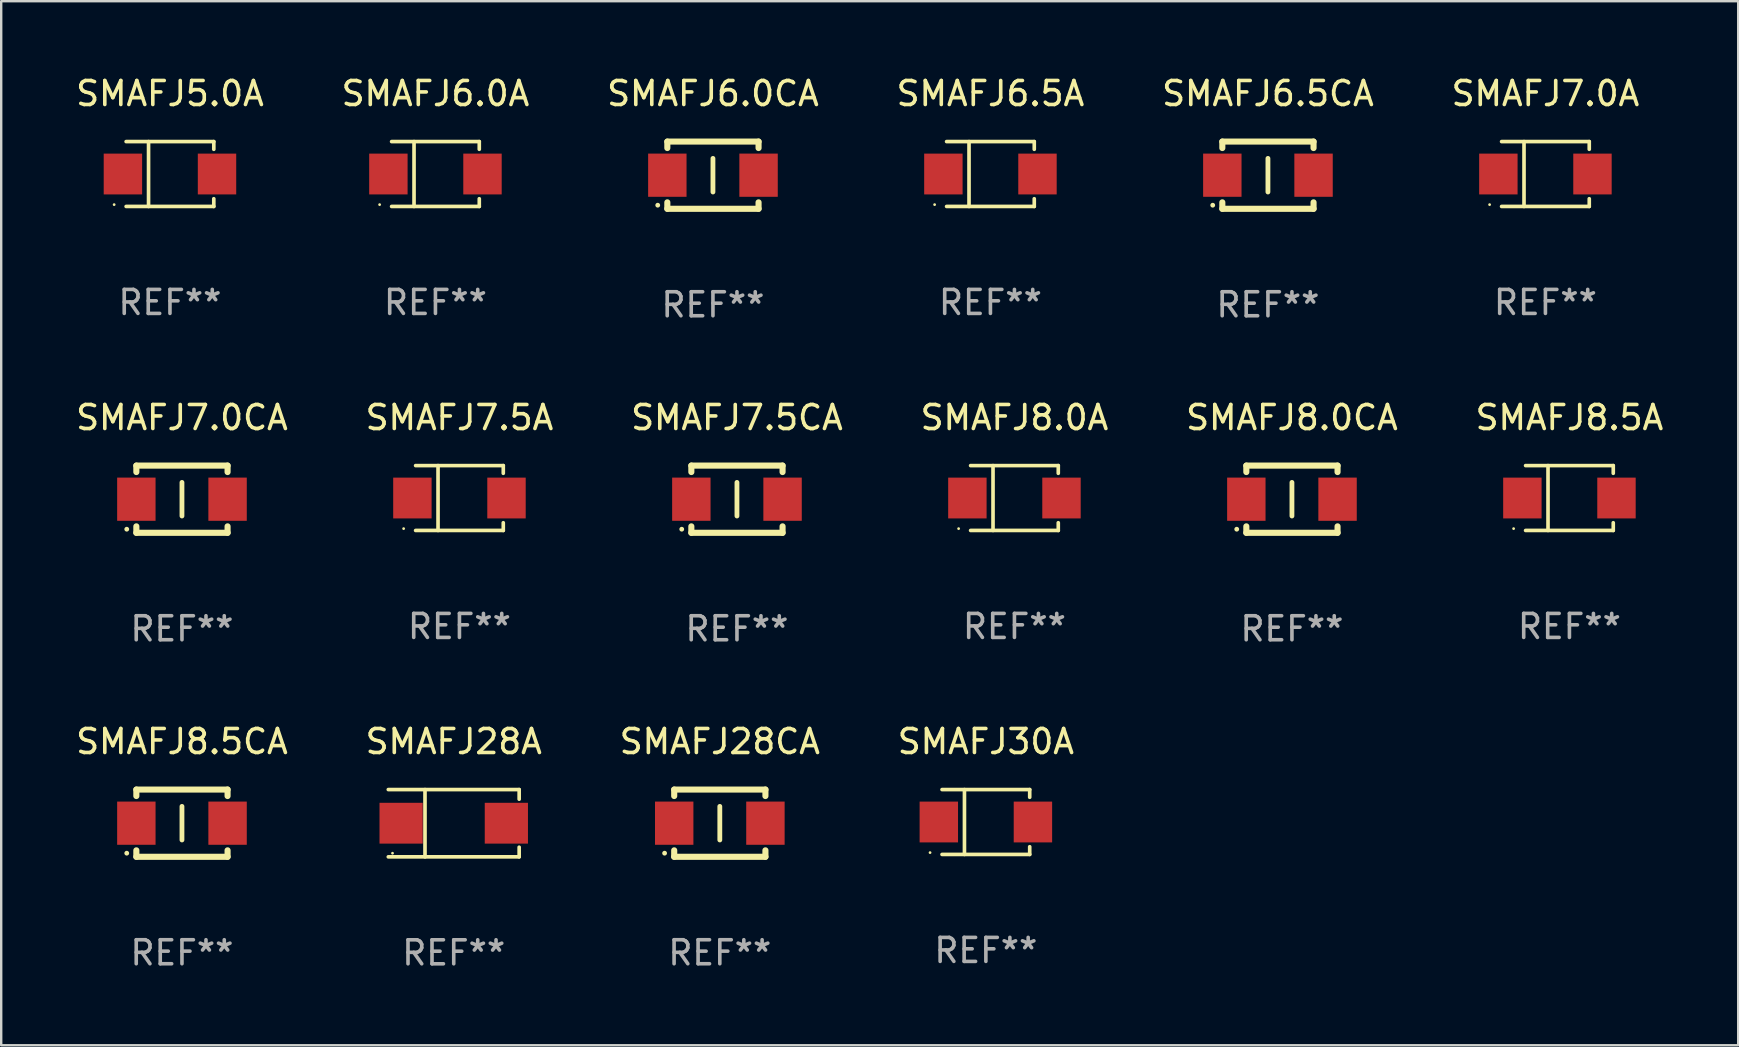
<source format=kicad_pcb>
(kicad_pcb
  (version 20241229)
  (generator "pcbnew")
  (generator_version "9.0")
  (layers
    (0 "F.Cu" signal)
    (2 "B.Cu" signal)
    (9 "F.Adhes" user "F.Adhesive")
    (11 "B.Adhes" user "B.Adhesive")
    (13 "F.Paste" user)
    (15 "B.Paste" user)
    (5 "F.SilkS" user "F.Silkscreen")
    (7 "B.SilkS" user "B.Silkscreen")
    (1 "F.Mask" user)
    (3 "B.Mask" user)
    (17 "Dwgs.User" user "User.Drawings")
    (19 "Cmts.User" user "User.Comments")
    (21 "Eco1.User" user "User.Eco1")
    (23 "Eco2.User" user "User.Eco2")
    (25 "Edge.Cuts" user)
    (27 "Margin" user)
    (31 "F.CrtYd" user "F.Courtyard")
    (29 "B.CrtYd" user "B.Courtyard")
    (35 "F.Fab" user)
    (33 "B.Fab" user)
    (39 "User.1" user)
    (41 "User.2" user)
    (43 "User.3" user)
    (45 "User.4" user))
  (footprint "SMAFJ6.5CA"
    (layer "F.Cu")
    (at 49.768 4.248)
    (property "Reference" "SMAFJ6.5CA" (at 0 -3.4 0) (layer "F.SilkS") (effects (font (size 1 1) (thickness 0.15))))
    (attr through_hole)
    (fp_line (start -1.9 -1.4) (end -1.9 -1.131) (stroke (width 0.254) (type solid)) (layer "F.SilkS"))
    (fp_line (start -1.9 -1.4) (end 1.9 -1.4) (stroke (width 0.254) (type solid)) (layer "F.SilkS"))
    (fp_line (start -1.9 1.131) (end -1.9 1.4) (stroke (width 0.254) (type solid)) (layer "F.SilkS"))
    (fp_line (start -1.9 1.4) (end 1.9 1.4) (stroke (width 0.254) (type solid)) (layer "F.SilkS"))
    (fp_line (start 0 -0.7) (end 0 0.7) (stroke (width 0.2) (type solid)) (layer "F.SilkS"))
    (fp_line (start 1.9 -1.4) (end 1.9 -1.131) (stroke (width 0.254) (type solid)) (layer "F.SilkS"))
    (fp_line (start 1.9 1.131) (end 1.9 1.4) (stroke (width 0.254) (type solid)) (layer "F.SilkS"))
    (fp_circle (center -2.3 1.25) (end -2.25 1.25) (stroke (width 0.1) (type solid)) (fill no) (layer "F.SilkS"))
    (fp_text user "REF**" (at 0 5.4 0) (layer "F.Fab") (effects (font (size 1 1) (thickness 0.15))))
    (pad "1" smd rect (at -1.9 0 180) (size 1.6 1.8) (layers "F.Cu" "F.Mask" "F.Paste"))
    (pad "2" smd rect (at 1.9 0 180) (size 1.6 1.8) (layers "F.Cu" "F.Mask" "F.Paste")))
  (footprint "SMAFJ7.0A"
    (layer "F.Cu")
    (at 61.327 4.199)
    (property "Reference" "SMAFJ7.0A" (at 0 -3.351 0) (layer "F.SilkS") (effects (font (size 1 1) (thickness 0.15))))
    (attr through_hole)
    (fp_line (start -1.826 -1.351) (end 1.826 -1.351) (stroke (width 0.152) (type solid)) (layer "F.SilkS"))
    (fp_line (start -1.826 1.351) (end 1.826 1.351) (stroke (width 0.152) (type solid)) (layer "F.SilkS"))
    (fp_line (start -0.892 -1.351) (end -0.892 1.351) (stroke (width 0.152) (type solid)) (layer "F.SilkS"))
    (fp_line (start 1.826 -1.351) (end 1.826 -1.03) (stroke (width 0.152) (type solid)) (layer "F.SilkS"))
    (fp_line (start 1.826 1.03) (end 1.826 1.351) (stroke (width 0.152) (type solid)) (layer "F.SilkS"))
    (fp_circle (center -2.325 1.275) (end -2.295 1.275) (stroke (width 0.06) (type solid)) (fill no) (layer "F.SilkS"))
    (fp_text user "REF**" (at 0 5.351 0) (layer "F.Fab") (effects (font (size 1 1) (thickness 0.15))))
    (pad "1" smd rect (at -1.96 0 180) (size 1.6 1.7) (layers "F.Cu" "F.Mask" "F.Paste"))
    (pad "2" smd rect (at 1.96 0 180) (size 1.6 1.7) (layers "F.Cu" "F.Mask" "F.Paste")))
  (footprint "SMAFJ8.0A"
    (layer "F.Cu")
    (at 39.208 17.696)
    (property "Reference" "SMAFJ8.0A" (at 0 -3.351 0) (layer "F.SilkS") (effects (font (size 1 1) (thickness 0.15))))
    (attr through_hole)
    (fp_line (start -1.826 -1.351) (end 1.826 -1.351) (stroke (width 0.152) (type solid)) (layer "F.SilkS"))
    (fp_line (start -1.826 1.351) (end 1.826 1.351) (stroke (width 0.152) (type solid)) (layer "F.SilkS"))
    (fp_line (start -0.892 -1.351) (end -0.892 1.351) (stroke (width 0.152) (type solid)) (layer "F.SilkS"))
    (fp_line (start 1.826 -1.351) (end 1.826 -1.03) (stroke (width 0.152) (type solid)) (layer "F.SilkS"))
    (fp_line (start 1.826 1.03) (end 1.826 1.351) (stroke (width 0.152) (type solid)) (layer "F.SilkS"))
    (fp_circle (center -2.325 1.275) (end -2.295 1.275) (stroke (width 0.06) (type solid)) (fill no) (layer "F.SilkS"))
    (fp_text user "REF**" (at 0 5.351 0) (layer "F.Fab") (effects (font (size 1 1) (thickness 0.15))))
    (pad "1" smd rect (at -1.96 0 180) (size 1.6 1.7) (layers "F.Cu" "F.Mask" "F.Paste"))
    (pad "2" smd rect (at 1.96 0 180) (size 1.6 1.7) (layers "F.Cu" "F.Mask" "F.Paste")))
  (footprint "SMAFJ6.0CA"
    (layer "F.Cu")
    (at 26.649 4.248)
    (property "Reference" "SMAFJ6.0CA" (at 0 -3.4 0) (layer "F.SilkS") (effects (font (size 1 1) (thickness 0.15))))
    (attr through_hole)
    (fp_line (start -1.9 -1.4) (end -1.9 -1.131) (stroke (width 0.254) (type solid)) (layer "F.SilkS"))
    (fp_line (start -1.9 -1.4) (end 1.9 -1.4) (stroke (width 0.254) (type solid)) (layer "F.SilkS"))
    (fp_line (start -1.9 1.131) (end -1.9 1.4) (stroke (width 0.254) (type solid)) (layer "F.SilkS"))
    (fp_line (start -1.9 1.4) (end 1.9 1.4) (stroke (width 0.254) (type solid)) (layer "F.SilkS"))
    (fp_line (start 0 -0.7) (end 0 0.7) (stroke (width 0.2) (type solid)) (layer "F.SilkS"))
    (fp_line (start 1.9 -1.4) (end 1.9 -1.131) (stroke (width 0.254) (type solid)) (layer "F.SilkS"))
    (fp_line (start 1.9 1.131) (end 1.9 1.4) (stroke (width 0.254) (type solid)) (layer "F.SilkS"))
    (fp_circle (center -2.3 1.25) (end -2.25 1.25) (stroke (width 0.1) (type solid)) (fill no) (layer "F.SilkS"))
    (fp_text user "REF**" (at 0 5.4 0) (layer "F.Fab") (effects (font (size 1 1) (thickness 0.15))))
    (pad "1" smd rect (at -1.9 0 180) (size 1.6 1.8) (layers "F.Cu" "F.Mask" "F.Paste"))
    (pad "2" smd rect (at 1.9 0 180) (size 1.6 1.8) (layers "F.Cu" "F.Mask" "F.Paste")))
  (footprint "SMAFJ8.5A"
    (layer "F.Cu")
    (at 62.327 17.696)
    (property "Reference" "SMAFJ8.5A" (at 0 -3.351 0) (layer "F.SilkS") (effects (font (size 1 1) (thickness 0.15))))
    (attr through_hole)
    (fp_line (start -1.826 -1.351) (end 1.826 -1.351) (stroke (width 0.152) (type solid)) (layer "F.SilkS"))
    (fp_line (start -1.826 1.351) (end 1.826 1.351) (stroke (width 0.152) (type solid)) (layer "F.SilkS"))
    (fp_line (start -0.892 -1.351) (end -0.892 1.351) (stroke (width 0.152) (type solid)) (layer "F.SilkS"))
    (fp_line (start 1.826 -1.351) (end 1.826 -1.03) (stroke (width 0.152) (type solid)) (layer "F.SilkS"))
    (fp_line (start 1.826 1.03) (end 1.826 1.351) (stroke (width 0.152) (type solid)) (layer "F.SilkS"))
    (fp_circle (center -2.325 1.275) (end -2.295 1.275) (stroke (width 0.06) (type solid)) (fill no) (layer "F.SilkS"))
    (fp_text user "REF**" (at 0 5.351 0) (layer "F.Fab") (effects (font (size 1 1) (thickness 0.15))))
    (pad "1" smd rect (at -1.96 0 180) (size 1.6 1.7) (layers "F.Cu" "F.Mask" "F.Paste"))
    (pad "2" smd rect (at 1.96 0 180) (size 1.6 1.7) (layers "F.Cu" "F.Mask" "F.Paste")))
  (footprint "SMAFJ28CA"
    (layer "F.Cu")
    (at 26.935 31.241)
    (property "Reference" "SMAFJ28CA" (at 0 -3.4 0) (layer "F.SilkS") (effects (font (size 1 1) (thickness 0.15))))
    (attr through_hole)
    (fp_line (start -1.9 -1.4) (end -1.9 -1.131) (stroke (width 0.254) (type solid)) (layer "F.SilkS"))
    (fp_line (start -1.9 -1.4) (end 1.9 -1.4) (stroke (width 0.254) (type solid)) (layer "F.SilkS"))
    (fp_line (start -1.9 1.131) (end -1.9 1.4) (stroke (width 0.254) (type solid)) (layer "F.SilkS"))
    (fp_line (start -1.9 1.4) (end 1.9 1.4) (stroke (width 0.254) (type solid)) (layer "F.SilkS"))
    (fp_line (start 0 -0.7) (end 0 0.7) (stroke (width 0.2) (type solid)) (layer "F.SilkS"))
    (fp_line (start 1.9 -1.4) (end 1.9 -1.131) (stroke (width 0.254) (type solid)) (layer "F.SilkS"))
    (fp_line (start 1.9 1.131) (end 1.9 1.4) (stroke (width 0.254) (type solid)) (layer "F.SilkS"))
    (fp_circle (center -2.3 1.25) (end -2.25 1.25) (stroke (width 0.1) (type solid)) (fill no) (layer "F.SilkS"))
    (fp_text user "REF**" (at 0 5.4 0) (layer "F.Fab") (effects (font (size 1 1) (thickness 0.15))))
    (pad "1" smd rect (at -1.9 0 180) (size 1.6 1.8) (layers "F.Cu" "F.Mask" "F.Paste"))
    (pad "2" smd rect (at 1.9 0 180) (size 1.6 1.8) (layers "F.Cu" "F.Mask" "F.Paste")))
  (footprint "SMAFJ6.5A"
    (layer "F.Cu")
    (at 38.208 4.199)
    (property "Reference" "SMAFJ6.5A" (at 0 -3.351 0) (layer "F.SilkS") (effects (font (size 1 1) (thickness 0.15))))
    (attr through_hole)
    (fp_line (start -1.826 -1.351) (end 1.826 -1.351) (stroke (width 0.152) (type solid)) (layer "F.SilkS"))
    (fp_line (start -1.826 1.351) (end 1.826 1.351) (stroke (width 0.152) (type solid)) (layer "F.SilkS"))
    (fp_line (start -0.892 -1.351) (end -0.892 1.351) (stroke (width 0.152) (type solid)) (layer "F.SilkS"))
    (fp_line (start 1.826 -1.351) (end 1.826 -1.03) (stroke (width 0.152) (type solid)) (layer "F.SilkS"))
    (fp_line (start 1.826 1.03) (end 1.826 1.351) (stroke (width 0.152) (type solid)) (layer "F.SilkS"))
    (fp_circle (center -2.325 1.275) (end -2.295 1.275) (stroke (width 0.06) (type solid)) (fill no) (layer "F.SilkS"))
    (fp_text user "REF**" (at 0 5.351 0) (layer "F.Fab") (effects (font (size 1 1) (thickness 0.15))))
    (pad "1" smd rect (at -1.96 0 180) (size 1.6 1.7) (layers "F.Cu" "F.Mask" "F.Paste"))
    (pad "2" smd rect (at 1.96 0 180) (size 1.6 1.7) (layers "F.Cu" "F.Mask" "F.Paste")))
  (footprint "SMAFJ7.0CA"
    (layer "F.Cu")
    (at 4.53 17.745)
    (property "Reference" "SMAFJ7.0CA" (at 0 -3.4 0) (layer "F.SilkS") (effects (font (size 1 1) (thickness 0.15))))
    (attr through_hole)
    (fp_line (start -1.9 -1.4) (end -1.9 -1.131) (stroke (width 0.254) (type solid)) (layer "F.SilkS"))
    (fp_line (start -1.9 -1.4) (end 1.9 -1.4) (stroke (width 0.254) (type solid)) (layer "F.SilkS"))
    (fp_line (start -1.9 1.131) (end -1.9 1.4) (stroke (width 0.254) (type solid)) (layer "F.SilkS"))
    (fp_line (start -1.9 1.4) (end 1.9 1.4) (stroke (width 0.254) (type solid)) (layer "F.SilkS"))
    (fp_line (start 0 -0.7) (end 0 0.7) (stroke (width 0.2) (type solid)) (layer "F.SilkS"))
    (fp_line (start 1.9 -1.4) (end 1.9 -1.131) (stroke (width 0.254) (type solid)) (layer "F.SilkS"))
    (fp_line (start 1.9 1.131) (end 1.9 1.4) (stroke (width 0.254) (type solid)) (layer "F.SilkS"))
    (fp_circle (center -2.3 1.25) (end -2.25 1.25) (stroke (width 0.1) (type solid)) (fill no) (layer "F.SilkS"))
    (fp_text user "REF**" (at 0 5.4 0) (layer "F.Fab") (effects (font (size 1 1) (thickness 0.15))))
    (pad "1" smd rect (at -1.9 0 180) (size 1.6 1.8) (layers "F.Cu" "F.Mask" "F.Paste"))
    (pad "2" smd rect (at 1.9 0 180) (size 1.6 1.8) (layers "F.Cu" "F.Mask" "F.Paste")))
  (footprint "SMAFJ28A"
    (layer "F.Cu")
    (at 15.851 31.242)
    (property "Reference" "SMAFJ28A" (at 0 -3.401 0) (layer "F.SilkS") (effects (font (size 1 1) (thickness 0.15))))
    (attr through_hole)
    (fp_line (start -2.726 -1.401) (end 2.726 -1.401) (stroke (width 0.152) (type solid)) (layer "F.SilkS"))
    (fp_line (start -2.726 1.401) (end 2.726 1.401) (stroke (width 0.152) (type solid)) (layer "F.SilkS"))
    (fp_line (start -1.197 -1.401) (end -1.197 1.401) (stroke (width 0.152) (type solid)) (layer "F.SilkS"))
    (fp_line (start 2.726 -1.401) (end 2.726 -1) (stroke (width 0.152) (type solid)) (layer "F.SilkS"))
    (fp_line (start 2.726 1.401) (end 2.726 1) (stroke (width 0.152) (type solid)) (layer "F.SilkS"))
    (fp_circle (center -2.55 1.25) (end -2.52 1.25) (stroke (width 0.06) (type solid)) (fill no) (layer "F.SilkS"))
    (fp_text user "REF**" (at 0 5.401 0) (layer "F.Fab") (effects (font (size 1 1) (thickness 0.15))))
    (pad "1" smd rect (at -2.192 0) (size 1.8 1.7) (layers "F.Cu" "F.Mask" "F.Paste"))
    (pad "2" smd rect (at 2.192 0) (size 1.8 1.7) (layers "F.Cu" "F.Mask" "F.Paste")))
  (footprint "SMAFJ8.0CA"
    (layer "F.Cu")
    (at 50.768 17.745)
    (property "Reference" "SMAFJ8.0CA" (at 0 -3.4 0) (layer "F.SilkS") (effects (font (size 1 1) (thickness 0.15))))
    (attr through_hole)
    (fp_line (start -1.9 -1.4) (end -1.9 -1.131) (stroke (width 0.254) (type solid)) (layer "F.SilkS"))
    (fp_line (start -1.9 -1.4) (end 1.9 -1.4) (stroke (width 0.254) (type solid)) (layer "F.SilkS"))
    (fp_line (start -1.9 1.131) (end -1.9 1.4) (stroke (width 0.254) (type solid)) (layer "F.SilkS"))
    (fp_line (start -1.9 1.4) (end 1.9 1.4) (stroke (width 0.254) (type solid)) (layer "F.SilkS"))
    (fp_line (start 0 -0.7) (end 0 0.7) (stroke (width 0.2) (type solid)) (layer "F.SilkS"))
    (fp_line (start 1.9 -1.4) (end 1.9 -1.131) (stroke (width 0.254) (type solid)) (layer "F.SilkS"))
    (fp_line (start 1.9 1.131) (end 1.9 1.4) (stroke (width 0.254) (type solid)) (layer "F.SilkS"))
    (fp_circle (center -2.3 1.25) (end -2.25 1.25) (stroke (width 0.1) (type solid)) (fill no) (layer "F.SilkS"))
    (fp_text user "REF**" (at 0 5.4 0) (layer "F.Fab") (effects (font (size 1 1) (thickness 0.15))))
    (pad "1" smd rect (at -1.9 0 180) (size 1.6 1.8) (layers "F.Cu" "F.Mask" "F.Paste"))
    (pad "2" smd rect (at 1.9 0 180) (size 1.6 1.8) (layers "F.Cu" "F.Mask" "F.Paste")))
  (footprint "SMAFJ5.0A"
    (layer "F.Cu")
    (at 4.03 4.199)
    (property "Reference" "SMAFJ5.0A" (at 0 -3.351 0) (layer "F.SilkS") (effects (font (size 1 1) (thickness 0.15))))
    (attr through_hole)
    (fp_line (start -1.826 -1.351) (end 1.826 -1.351) (stroke (width 0.152) (type solid)) (layer "F.SilkS"))
    (fp_line (start -1.826 1.351) (end 1.826 1.351) (stroke (width 0.152) (type solid)) (layer "F.SilkS"))
    (fp_line (start -0.892 -1.351) (end -0.892 1.351) (stroke (width 0.152) (type solid)) (layer "F.SilkS"))
    (fp_line (start 1.826 -1.351) (end 1.826 -1.03) (stroke (width 0.152) (type solid)) (layer "F.SilkS"))
    (fp_line (start 1.826 1.03) (end 1.826 1.351) (stroke (width 0.152) (type solid)) (layer "F.SilkS"))
    (fp_circle (center -2.325 1.275) (end -2.295 1.275) (stroke (width 0.06) (type solid)) (fill no) (layer "F.SilkS"))
    (fp_text user "REF**" (at 0 5.351 0) (layer "F.Fab") (effects (font (size 1 1) (thickness 0.15))))
    (pad "1" smd rect (at -1.96 0 180) (size 1.6 1.7) (layers "F.Cu" "F.Mask" "F.Paste"))
    (pad "2" smd rect (at 1.96 0 180) (size 1.6 1.7) (layers "F.Cu" "F.Mask" "F.Paste")))
  (footprint "SMAFJ7.5CA"
    (layer "F.Cu")
    (at 27.649 17.745)
    (property "Reference" "SMAFJ7.5CA" (at 0 -3.4 0) (layer "F.SilkS") (effects (font (size 1 1) (thickness 0.15))))
    (attr through_hole)
    (fp_line (start -1.9 -1.4) (end -1.9 -1.131) (stroke (width 0.254) (type solid)) (layer "F.SilkS"))
    (fp_line (start -1.9 -1.4) (end 1.9 -1.4) (stroke (width 0.254) (type solid)) (layer "F.SilkS"))
    (fp_line (start -1.9 1.131) (end -1.9 1.4) (stroke (width 0.254) (type solid)) (layer "F.SilkS"))
    (fp_line (start -1.9 1.4) (end 1.9 1.4) (stroke (width 0.254) (type solid)) (layer "F.SilkS"))
    (fp_line (start 0 -0.7) (end 0 0.7) (stroke (width 0.2) (type solid)) (layer "F.SilkS"))
    (fp_line (start 1.9 -1.4) (end 1.9 -1.131) (stroke (width 0.254) (type solid)) (layer "F.SilkS"))
    (fp_line (start 1.9 1.131) (end 1.9 1.4) (stroke (width 0.254) (type solid)) (layer "F.SilkS"))
    (fp_circle (center -2.3 1.25) (end -2.25 1.25) (stroke (width 0.1) (type solid)) (fill no) (layer "F.SilkS"))
    (fp_text user "REF**" (at 0 5.4 0) (layer "F.Fab") (effects (font (size 1 1) (thickness 0.15))))
    (pad "1" smd rect (at -1.9 0 180) (size 1.6 1.8) (layers "F.Cu" "F.Mask" "F.Paste"))
    (pad "2" smd rect (at 1.9 0 180) (size 1.6 1.8) (layers "F.Cu" "F.Mask" "F.Paste")))
  (footprint "SMAFJ7.5A"
    (layer "F.Cu")
    (at 16.089 17.696)
    (property "Reference" "SMAFJ7.5A" (at 0 -3.351 0) (layer "F.SilkS") (effects (font (size 1 1) (thickness 0.15))))
    (attr through_hole)
    (fp_line (start -1.826 -1.351) (end 1.826 -1.351) (stroke (width 0.152) (type solid)) (layer "F.SilkS"))
    (fp_line (start -1.826 1.351) (end 1.826 1.351) (stroke (width 0.152) (type solid)) (layer "F.SilkS"))
    (fp_line (start -0.892 -1.351) (end -0.892 1.351) (stroke (width 0.152) (type solid)) (layer "F.SilkS"))
    (fp_line (start 1.826 -1.351) (end 1.826 -1.03) (stroke (width 0.152) (type solid)) (layer "F.SilkS"))
    (fp_line (start 1.826 1.03) (end 1.826 1.351) (stroke (width 0.152) (type solid)) (layer "F.SilkS"))
    (fp_circle (center -2.325 1.275) (end -2.295 1.275) (stroke (width 0.06) (type solid)) (fill no) (layer "F.SilkS"))
    (fp_text user "REF**" (at 0 5.351 0) (layer "F.Fab") (effects (font (size 1 1) (thickness 0.15))))
    (pad "1" smd rect (at -1.96 0 180) (size 1.6 1.7) (layers "F.Cu" "F.Mask" "F.Paste"))
    (pad "2" smd rect (at 1.96 0 180) (size 1.6 1.7) (layers "F.Cu" "F.Mask" "F.Paste")))
  (footprint "SMAFJ8.5CA"
    (layer "F.Cu")
    (at 4.53 31.241)
    (property "Reference" "SMAFJ8.5CA" (at 0 -3.4 0) (layer "F.SilkS") (effects (font (size 1 1) (thickness 0.15))))
    (attr through_hole)
    (fp_line (start -1.9 -1.4) (end -1.9 -1.131) (stroke (width 0.254) (type solid)) (layer "F.SilkS"))
    (fp_line (start -1.9 -1.4) (end 1.9 -1.4) (stroke (width 0.254) (type solid)) (layer "F.SilkS"))
    (fp_line (start -1.9 1.131) (end -1.9 1.4) (stroke (width 0.254) (type solid)) (layer "F.SilkS"))
    (fp_line (start -1.9 1.4) (end 1.9 1.4) (stroke (width 0.254) (type solid)) (layer "F.SilkS"))
    (fp_line (start 0 -0.7) (end 0 0.7) (stroke (width 0.2) (type solid)) (layer "F.SilkS"))
    (fp_line (start 1.9 -1.4) (end 1.9 -1.131) (stroke (width 0.254) (type solid)) (layer "F.SilkS"))
    (fp_line (start 1.9 1.131) (end 1.9 1.4) (stroke (width 0.254) (type solid)) (layer "F.SilkS"))
    (fp_circle (center -2.3 1.25) (end -2.25 1.25) (stroke (width 0.1) (type solid)) (fill no) (layer "F.SilkS"))
    (fp_text user "REF**" (at 0 5.4 0) (layer "F.Fab") (effects (font (size 1 1) (thickness 0.15))))
    (pad "1" smd rect (at -1.9 0 180) (size 1.6 1.8) (layers "F.Cu" "F.Mask" "F.Paste"))
    (pad "2" smd rect (at 1.9 0 180) (size 1.6 1.8) (layers "F.Cu" "F.Mask" "F.Paste")))
  (footprint "SMAFJ30A"
    (layer "F.Cu")
    (at 38.018 31.192)
    (property "Reference" "SMAFJ30A" (at 0 -3.351 0) (layer "F.SilkS") (effects (font (size 1 1) (thickness 0.15))))
    (attr through_hole)
    (fp_line (start -1.826 -1.351) (end 1.826 -1.351) (stroke (width 0.152) (type solid)) (layer "F.SilkS"))
    (fp_line (start -1.826 1.351) (end 1.826 1.351) (stroke (width 0.152) (type solid)) (layer "F.SilkS"))
    (fp_line (start -0.892 -1.351) (end -0.892 1.351) (stroke (width 0.152) (type solid)) (layer "F.SilkS"))
    (fp_line (start 1.826 -1.351) (end 1.826 -1.03) (stroke (width 0.152) (type solid)) (layer "F.SilkS"))
    (fp_line (start 1.826 1.03) (end 1.826 1.351) (stroke (width 0.152) (type solid)) (layer "F.SilkS"))
    (fp_circle (center -2.325 1.275) (end -2.295 1.275) (stroke (width 0.06) (type solid)) (fill no) (layer "F.SilkS"))
    (fp_text user "REF**" (at 0 5.351 0) (layer "F.Fab") (effects (font (size 1 1) (thickness 0.15))))
    (pad "1" smd rect (at -1.96 0 180) (size 1.6 1.7) (layers "F.Cu" "F.Mask" "F.Paste"))
    (pad "2" smd rect (at 1.96 0 180) (size 1.6 1.7) (layers "F.Cu" "F.Mask" "F.Paste")))
  (footprint "SMAFJ6.0A"
    (layer "F.Cu")
    (at 15.089 4.199)
    (property "Reference" "SMAFJ6.0A" (at 0 -3.351 0) (layer "F.SilkS") (effects (font (size 1 1) (thickness 0.15))))
    (attr through_hole)
    (fp_line (start -1.826 -1.351) (end 1.826 -1.351) (stroke (width 0.152) (type solid)) (layer "F.SilkS"))
    (fp_line (start -1.826 1.351) (end 1.826 1.351) (stroke (width 0.152) (type solid)) (layer "F.SilkS"))
    (fp_line (start -0.892 -1.351) (end -0.892 1.351) (stroke (width 0.152) (type solid)) (layer "F.SilkS"))
    (fp_line (start 1.826 -1.351) (end 1.826 -1.03) (stroke (width 0.152) (type solid)) (layer "F.SilkS"))
    (fp_line (start 1.826 1.03) (end 1.826 1.351) (stroke (width 0.152) (type solid)) (layer "F.SilkS"))
    (fp_circle (center -2.325 1.275) (end -2.295 1.275) (stroke (width 0.06) (type solid)) (fill no) (layer "F.SilkS"))
    (fp_text user "REF**" (at 0 5.351 0) (layer "F.Fab") (effects (font (size 1 1) (thickness 0.15))))
    (pad "1" smd rect (at -1.96 0 180) (size 1.6 1.7) (layers "F.Cu" "F.Mask" "F.Paste"))
    (pad "2" smd rect (at 1.96 0 180) (size 1.6 1.7) (layers "F.Cu" "F.Mask" "F.Paste")))
  (gr_rect
    (start -3 -3)
    (end 69.357 40.492)
    (stroke (width 0.1) (type default))
    (fill no)
    (layer "Edge.Cuts")))
</source>
